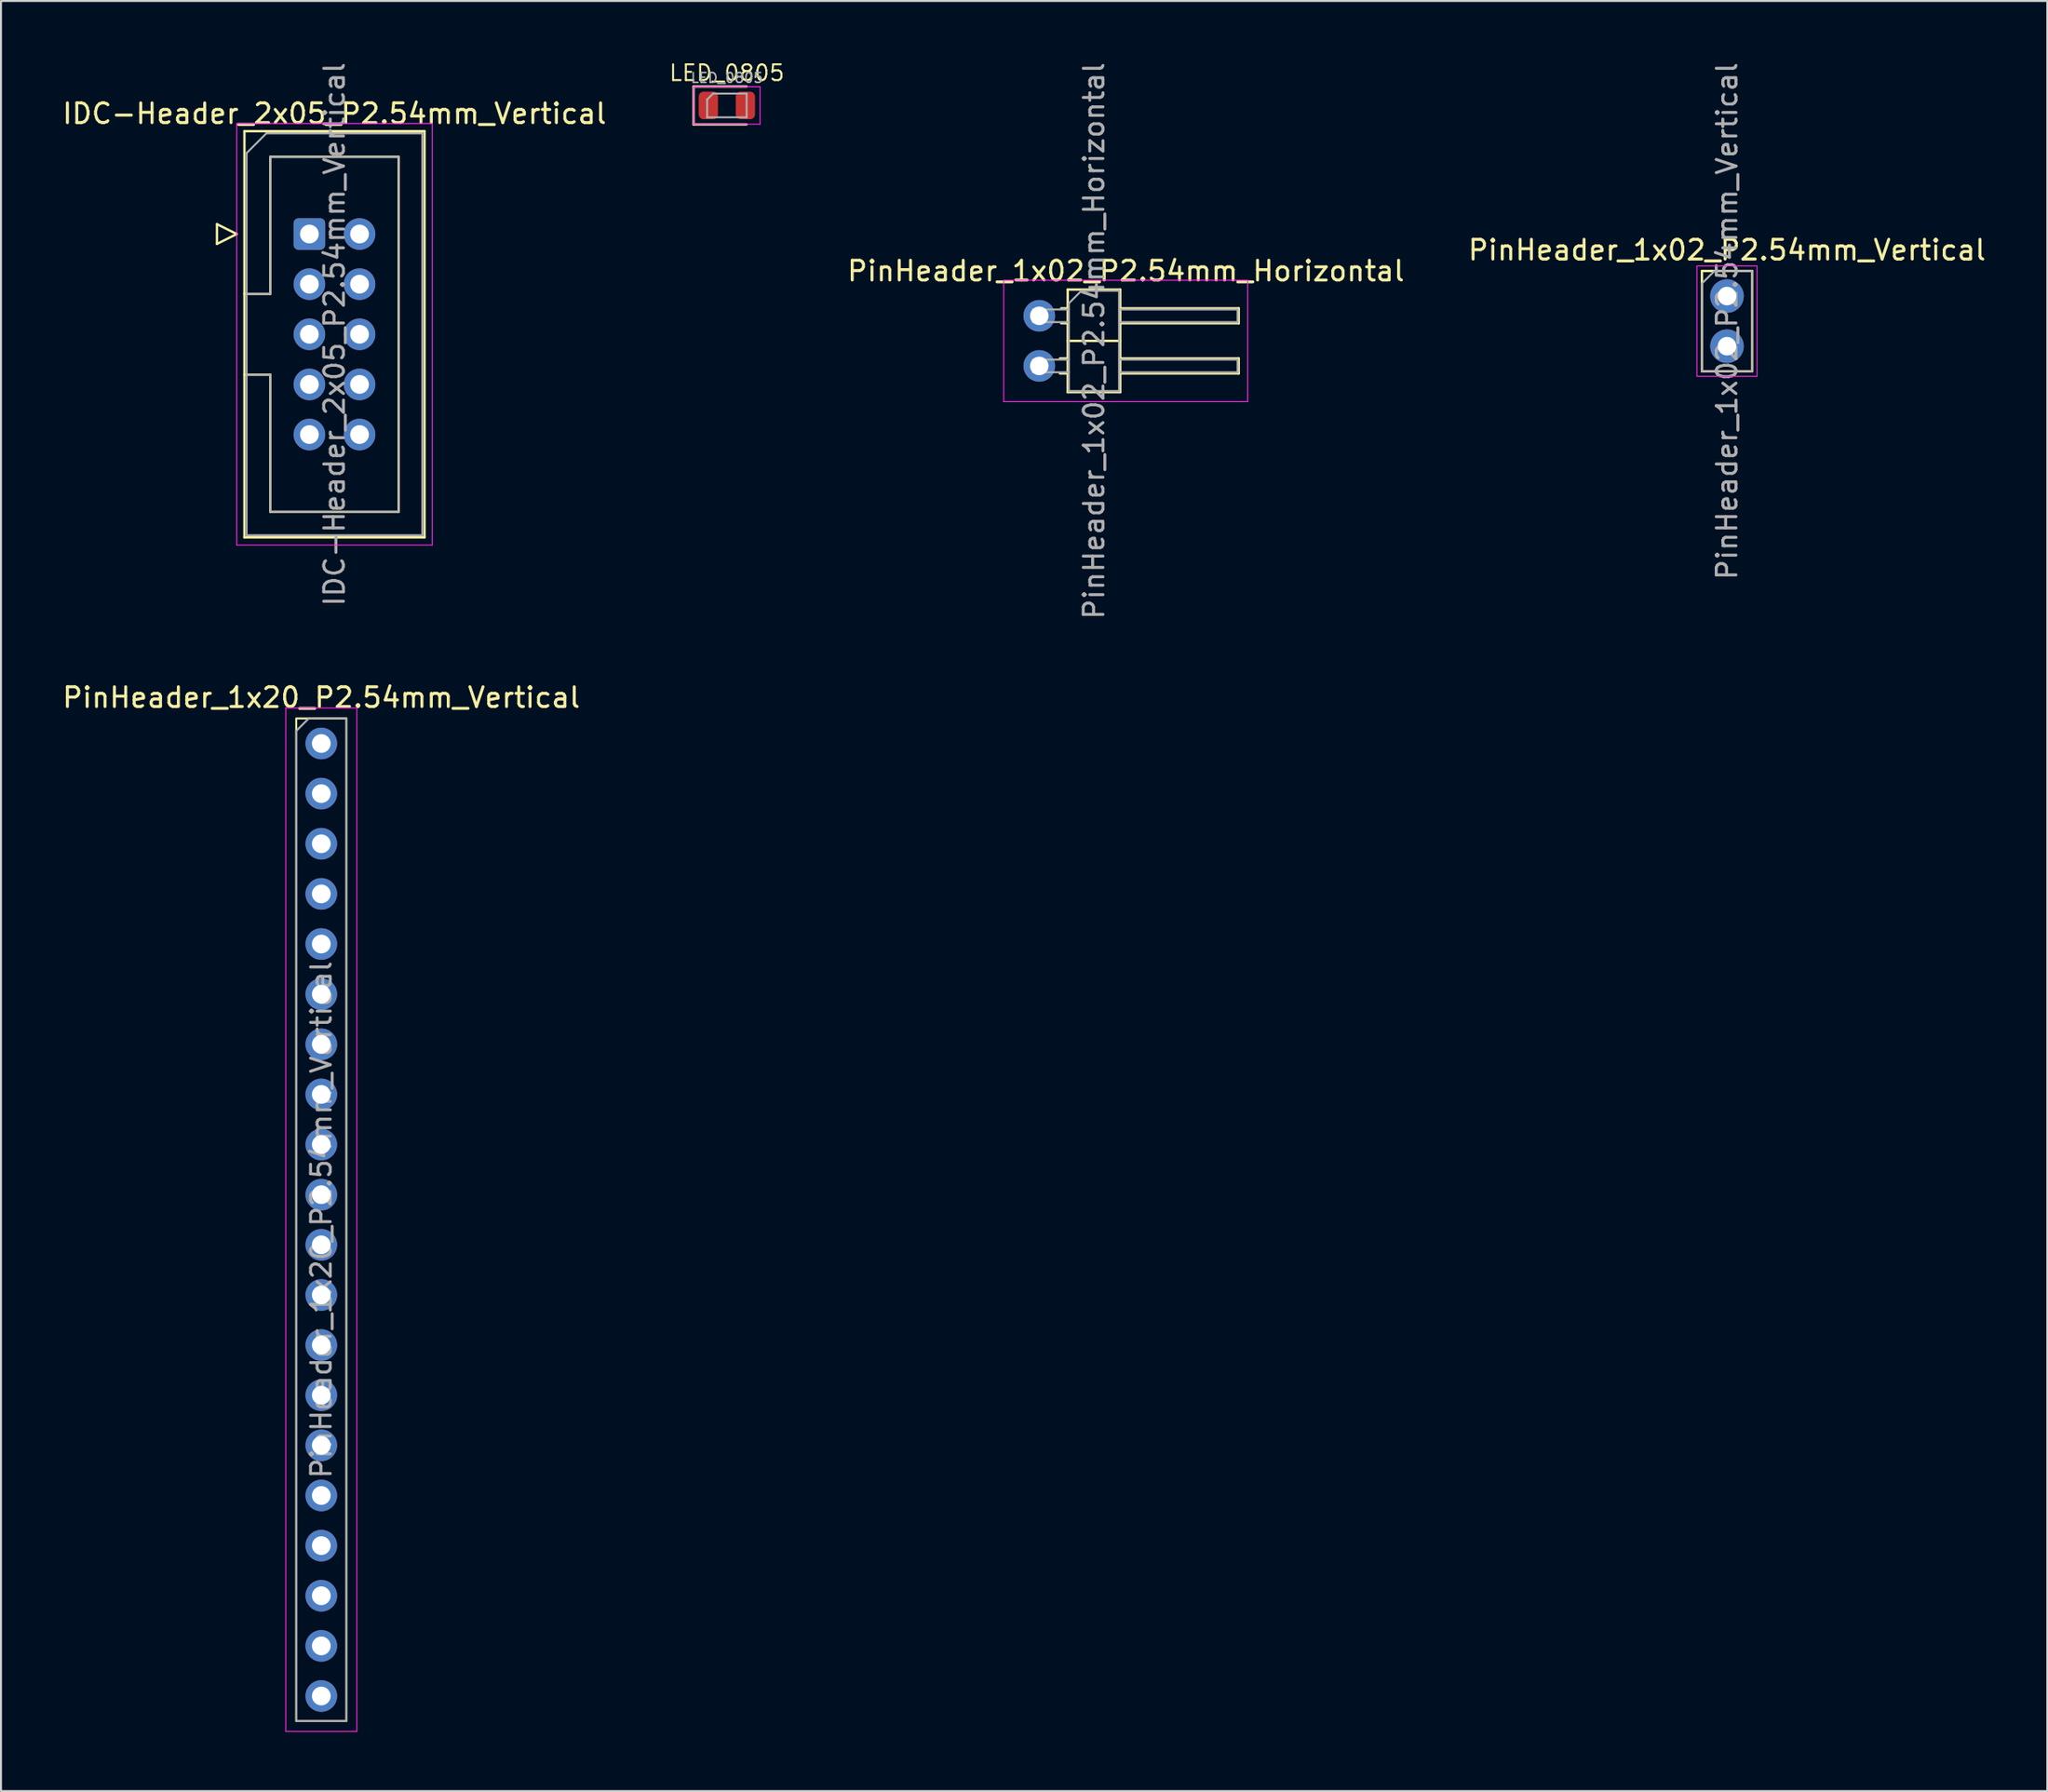
<source format=kicad_pcb>
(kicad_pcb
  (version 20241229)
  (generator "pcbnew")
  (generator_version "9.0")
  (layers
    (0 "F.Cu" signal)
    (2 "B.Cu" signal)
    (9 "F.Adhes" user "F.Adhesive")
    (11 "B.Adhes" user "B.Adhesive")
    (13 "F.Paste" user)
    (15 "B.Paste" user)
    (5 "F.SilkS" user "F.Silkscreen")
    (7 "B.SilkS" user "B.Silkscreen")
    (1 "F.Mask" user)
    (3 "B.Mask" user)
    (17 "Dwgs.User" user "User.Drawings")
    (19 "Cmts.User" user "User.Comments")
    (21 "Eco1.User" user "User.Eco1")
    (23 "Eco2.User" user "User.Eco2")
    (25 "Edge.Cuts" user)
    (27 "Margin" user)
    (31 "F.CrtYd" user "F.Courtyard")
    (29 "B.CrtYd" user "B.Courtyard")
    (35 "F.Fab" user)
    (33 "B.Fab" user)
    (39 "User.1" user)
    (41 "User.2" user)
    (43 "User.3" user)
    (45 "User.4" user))
  (footprint "IDC-Header_2x05_P2.54mm_Vertical"
    (layer "F.Cu")
    (at 12.617 8.807)
    (property "Reference" "IDC-Header_2x05_P2.54mm_Vertical" (at 1.27 -6.1 0) (layer "F.SilkS") (effects (font (size 1 1) (thickness 0.15))))
    (attr through_hole)
    (fp_line (start -4.68 -0.5) (end -4.68 0.5) (stroke (width 0.12) (type solid)) (layer "F.SilkS"))
    (fp_line (start -4.68 0.5) (end -3.68 0) (stroke (width 0.12) (type solid)) (layer "F.SilkS"))
    (fp_line (start -3.68 0) (end -4.68 -0.5) (stroke (width 0.12) (type solid)) (layer "F.SilkS"))
    (fp_line (start -3.29 -5.21) (end 5.83 -5.21) (stroke (width 0.12) (type solid)) (layer "F.SilkS"))
    (fp_line (start -3.29 3.03) (end -1.98 3.03) (stroke (width 0.12) (type solid)) (layer "F.SilkS"))
    (fp_line (start -3.29 15.37) (end -3.29 -5.21) (stroke (width 0.12) (type solid)) (layer "F.SilkS"))
    (fp_line (start -1.98 -3.91) (end 4.52 -3.91) (stroke (width 0.12) (type solid)) (layer "F.SilkS"))
    (fp_line (start -1.98 3.03) (end -1.98 -3.91) (stroke (width 0.12) (type solid)) (layer "F.SilkS"))
    (fp_line (start -1.98 7.13) (end -3.29 7.13) (stroke (width 0.12) (type solid)) (layer "F.SilkS"))
    (fp_line (start -1.98 7.13) (end -1.98 7.13) (stroke (width 0.12) (type solid)) (layer "F.SilkS"))
    (fp_line (start -1.98 14.07) (end -1.98 7.13) (stroke (width 0.12) (type solid)) (layer "F.SilkS"))
    (fp_line (start 4.52 -3.91) (end 4.52 14.07) (stroke (width 0.12) (type solid)) (layer "F.SilkS"))
    (fp_line (start 4.52 14.07) (end -1.98 14.07) (stroke (width 0.12) (type solid)) (layer "F.SilkS"))
    (fp_line (start 5.83 -5.21) (end 5.83 15.37) (stroke (width 0.12) (type solid)) (layer "F.SilkS"))
    (fp_line (start 5.83 15.37) (end -3.29 15.37) (stroke (width 0.12) (type solid)) (layer "F.SilkS"))
    (fp_line (start -3.68 -5.6) (end -3.68 15.76) (stroke (width 0.05) (type solid)) (layer "F.CrtYd"))
    (fp_line (start -3.68 15.76) (end 6.22 15.76) (stroke (width 0.05) (type solid)) (layer "F.CrtYd"))
    (fp_line (start 6.22 -5.6) (end -3.68 -5.6) (stroke (width 0.05) (type solid)) (layer "F.CrtYd"))
    (fp_line (start 6.22 15.76) (end 6.22 -5.6) (stroke (width 0.05) (type solid)) (layer "F.CrtYd"))
    (fp_line (start -3.18 -4.1) (end -2.18 -5.1) (stroke (width 0.1) (type solid)) (layer "F.Fab"))
    (fp_line (start -3.18 3.03) (end -1.98 3.03) (stroke (width 0.1) (type solid)) (layer "F.Fab"))
    (fp_line (start -3.18 15.26) (end -3.18 -4.1) (stroke (width 0.1) (type solid)) (layer "F.Fab"))
    (fp_line (start -2.18 -5.1) (end 5.72 -5.1) (stroke (width 0.1) (type solid)) (layer "F.Fab"))
    (fp_line (start -1.98 -3.91) (end 4.52 -3.91) (stroke (width 0.1) (type solid)) (layer "F.Fab"))
    (fp_line (start -1.98 3.03) (end -1.98 -3.91) (stroke (width 0.1) (type solid)) (layer "F.Fab"))
    (fp_line (start -1.98 7.13) (end -3.18 7.13) (stroke (width 0.1) (type solid)) (layer "F.Fab"))
    (fp_line (start -1.98 7.13) (end -1.98 7.13) (stroke (width 0.1) (type solid)) (layer "F.Fab"))
    (fp_line (start -1.98 14.07) (end -1.98 7.13) (stroke (width 0.1) (type solid)) (layer "F.Fab"))
    (fp_line (start 4.52 -3.91) (end 4.52 14.07) (stroke (width 0.1) (type solid)) (layer "F.Fab"))
    (fp_line (start 4.52 14.07) (end -1.98 14.07) (stroke (width 0.1) (type solid)) (layer "F.Fab"))
    (fp_line (start 5.72 -5.1) (end 5.72 15.26) (stroke (width 0.1) (type solid)) (layer "F.Fab"))
    (fp_line (start 5.72 15.26) (end -3.18 15.26) (stroke (width 0.1) (type solid)) (layer "F.Fab"))
    (fp_text user "${REFERENCE}" (at 1.27 5.08 90) (layer "F.Fab") (effects (font (size 1 1) (thickness 0.15))))
    (pad "1" thru_hole roundrect (at 0 0) (size 1.6 1.6) (drill 0.95) (layers "*.Cu" "*.Mask") (roundrect_rratio 0.156))
    (pad "2" thru_hole circle (at 2.54 0) (size 1.6 1.6) (drill 0.95) (layers "*.Cu" "*.Mask"))
    (pad "3" thru_hole circle (at 0 2.54) (size 1.6 1.6) (drill 0.95) (layers "*.Cu" "*.Mask"))
    (pad "4" thru_hole circle (at 2.54 2.54) (size 1.6 1.6) (drill 0.95) (layers "*.Cu" "*.Mask"))
    (pad "5" thru_hole circle (at 0 5.08) (size 1.6 1.6) (drill 0.95) (layers "*.Cu" "*.Mask"))
    (pad "6" thru_hole circle (at 2.54 5.08) (size 1.6 1.6) (drill 0.95) (layers "*.Cu" "*.Mask"))
    (pad "7" thru_hole circle (at 0 7.62) (size 1.6 1.6) (drill 0.95) (layers "*.Cu" "*.Mask"))
    (pad "8" thru_hole circle (at 2.54 7.62) (size 1.6 1.6) (drill 0.95) (layers "*.Cu" "*.Mask"))
    (pad "9" thru_hole circle (at 0 10.16) (size 1.6 1.6) (drill 0.95) (layers "*.Cu" "*.Mask"))
    (pad "10" thru_hole circle (at 2.54 10.16) (size 1.6 1.6) (drill 0.95) (layers "*.Cu" "*.Mask")))
  (footprint "PinHeader_1x02_P2.54mm_Horizontal"
    (layer "F.Cu")
    (at 49.578 12.95)
    (property "Reference" "PinHeader_1x02_P2.54mm_Horizontal" (at 4.385 -2.27 0) (layer "F.SilkS") (effects (font (size 1 1) (thickness 0.15))))
    (attr through_hole)
    (fp_line (start 1.043 2.16) (end 1.44 2.16) (stroke (width 0.12) (type solid)) (layer "F.SilkS"))
    (fp_line (start 1.043 2.92) (end 1.44 2.92) (stroke (width 0.12) (type solid)) (layer "F.SilkS"))
    (fp_line (start 1.11 -0.38) (end 1.44 -0.38) (stroke (width 0.12) (type solid)) (layer "F.SilkS"))
    (fp_line (start 1.11 0.38) (end 1.44 0.38) (stroke (width 0.12) (type solid)) (layer "F.SilkS"))
    (fp_line (start 1.44 -1.33) (end 1.44 3.87) (stroke (width 0.12) (type solid)) (layer "F.SilkS"))
    (fp_line (start 1.44 1.27) (end 4.1 1.27) (stroke (width 0.12) (type solid)) (layer "F.SilkS"))
    (fp_line (start 1.44 3.87) (end 4.1 3.87) (stroke (width 0.12) (type solid)) (layer "F.SilkS"))
    (fp_line (start 4.1 -1.33) (end 1.44 -1.33) (stroke (width 0.12) (type solid)) (layer "F.SilkS"))
    (fp_line (start 4.1 -0.38) (end 10.1 -0.38) (stroke (width 0.12) (type solid)) (layer "F.SilkS"))
    (fp_line (start 4.1 2.16) (end 10.1 2.16) (stroke (width 0.12) (type solid)) (layer "F.SilkS"))
    (fp_line (start 4.1 3.87) (end 4.1 -1.33) (stroke (width 0.12) (type solid)) (layer "F.SilkS"))
    (fp_line (start 10.1 -0.38) (end 10.1 0.38) (stroke (width 0.12) (type solid)) (layer "F.SilkS"))
    (fp_line (start 10.1 0.38) (end 4.1 0.38) (stroke (width 0.12) (type solid)) (layer "F.SilkS"))
    (fp_line (start 10.1 2.16) (end 10.1 2.92) (stroke (width 0.12) (type solid)) (layer "F.SilkS"))
    (fp_line (start 10.1 2.92) (end 4.1 2.92) (stroke (width 0.12) (type solid)) (layer "F.SilkS"))
    (fp_line (start -1.8 -1.8) (end -1.8 4.35) (stroke (width 0.05) (type solid)) (layer "F.CrtYd"))
    (fp_line (start -1.8 4.35) (end 10.55 4.35) (stroke (width 0.05) (type solid)) (layer "F.CrtYd"))
    (fp_line (start 10.55 -1.8) (end -1.8 -1.8) (stroke (width 0.05) (type solid)) (layer "F.CrtYd"))
    (fp_line (start 10.55 4.35) (end 10.55 -1.8) (stroke (width 0.05) (type solid)) (layer "F.CrtYd"))
    (fp_line (start -0.32 -0.32) (end -0.32 0.32) (stroke (width 0.1) (type solid)) (layer "F.Fab"))
    (fp_line (start -0.32 -0.32) (end 1.5 -0.32) (stroke (width 0.1) (type solid)) (layer "F.Fab"))
    (fp_line (start -0.32 0.32) (end 1.5 0.32) (stroke (width 0.1) (type solid)) (layer "F.Fab"))
    (fp_line (start -0.32 2.22) (end -0.32 2.86) (stroke (width 0.1) (type solid)) (layer "F.Fab"))
    (fp_line (start -0.32 2.22) (end 1.5 2.22) (stroke (width 0.1) (type solid)) (layer "F.Fab"))
    (fp_line (start -0.32 2.86) (end 1.5 2.86) (stroke (width 0.1) (type solid)) (layer "F.Fab"))
    (fp_line (start 1.5 -0.635) (end 2.135 -1.27) (stroke (width 0.1) (type solid)) (layer "F.Fab"))
    (fp_line (start 1.5 3.81) (end 1.5 -0.635) (stroke (width 0.1) (type solid)) (layer "F.Fab"))
    (fp_line (start 2.135 -1.27) (end 4.04 -1.27) (stroke (width 0.1) (type solid)) (layer "F.Fab"))
    (fp_line (start 4.04 -1.27) (end 4.04 3.81) (stroke (width 0.1) (type solid)) (layer "F.Fab"))
    (fp_line (start 4.04 -0.32) (end 10.04 -0.32) (stroke (width 0.1) (type solid)) (layer "F.Fab"))
    (fp_line (start 4.04 0.32) (end 10.04 0.32) (stroke (width 0.1) (type solid)) (layer "F.Fab"))
    (fp_line (start 4.04 2.22) (end 10.04 2.22) (stroke (width 0.1) (type solid)) (layer "F.Fab"))
    (fp_line (start 4.04 2.86) (end 10.04 2.86) (stroke (width 0.1) (type solid)) (layer "F.Fab"))
    (fp_line (start 4.04 3.81) (end 1.5 3.81) (stroke (width 0.1) (type solid)) (layer "F.Fab"))
    (fp_line (start 10.04 -0.32) (end 10.04 0.32) (stroke (width 0.1) (type solid)) (layer "F.Fab"))
    (fp_line (start 10.04 2.22) (end 10.04 2.86) (stroke (width 0.1) (type solid)) (layer "F.Fab"))
    (fp_text user "${REFERENCE}" (at 2.77 1.27 90) (layer "F.Fab") (effects (font (size 1 1) (thickness 0.15))))
    (pad "1" thru_hole circle (at 0 0) (size 1.6 1.6) (drill 0.94) (layers "*.Cu" "*.Mask"))
    (pad "2" thru_hole circle (at 0 2.54) (size 1.6 1.6) (drill 0.94) (layers "*.Cu" "*.Mask")))
  (footprint "PinHeader_1x20_P2.54mm_Vertical"
    (layer "F.Cu")
    (at 13.22 34.619)
    (property "Reference" "PinHeader_1x20_P2.54mm_Vertical" (at 0 -2.33 0) (layer "F.SilkS") (effects (font (size 1 1) (thickness 0.15))))
    (attr through_hole)
    (fp_rect (start -1.27 -1.27) (end 1.27 49.53) (stroke (width 0.1) (type default)) (fill no) (layer "F.SilkS"))
    (fp_line (start -1.8 -1.8) (end -1.8 50.05) (stroke (width 0.05) (type solid)) (layer "F.CrtYd"))
    (fp_line (start -1.8 50.05) (end 1.8 50.05) (stroke (width 0.05) (type solid)) (layer "F.CrtYd"))
    (fp_line (start 1.8 -1.8) (end -1.8 -1.8) (stroke (width 0.05) (type solid)) (layer "F.CrtYd"))
    (fp_line (start 1.8 50.05) (end 1.8 -1.8) (stroke (width 0.05) (type solid)) (layer "F.CrtYd"))
    (fp_line (start -1.27 -0.635) (end -0.635 -1.27) (stroke (width 0.1) (type solid)) (layer "F.Fab"))
    (fp_line (start -1.27 49.53) (end -1.27 -0.635) (stroke (width 0.1) (type solid)) (layer "F.Fab"))
    (fp_line (start -0.635 -1.27) (end 1.27 -1.27) (stroke (width 0.1) (type solid)) (layer "F.Fab"))
    (fp_line (start 1.27 -1.27) (end 1.27 49.53) (stroke (width 0.1) (type solid)) (layer "F.Fab"))
    (fp_line (start 1.27 49.53) (end -1.27 49.53) (stroke (width 0.1) (type solid)) (layer "F.Fab"))
    (fp_text user "${REFERENCE}" (at 0 24.13 90) (layer "F.Fab") (effects (font (size 1 1) (thickness 0.15))))
    (pad "1" thru_hole circle (at 0 0) (size 1.6 1.6) (drill 0.95) (layers "*.Cu" "*.Mask"))
    (pad "2" thru_hole circle (at 0 2.54) (size 1.6 1.6) (drill 0.95) (layers "*.Cu" "*.Mask"))
    (pad "3" thru_hole circle (at 0 5.08) (size 1.6 1.6) (drill 0.95) (layers "*.Cu" "*.Mask"))
    (pad "4" thru_hole circle (at 0 7.62) (size 1.6 1.6) (drill 0.95) (layers "*.Cu" "*.Mask"))
    (pad "5" thru_hole circle (at 0 10.16) (size 1.6 1.6) (drill 0.95) (layers "*.Cu" "*.Mask"))
    (pad "6" thru_hole circle (at 0 12.7) (size 1.6 1.6) (drill 0.95) (layers "*.Cu" "*.Mask"))
    (pad "7" thru_hole circle (at 0 15.24) (size 1.6 1.6) (drill 0.95) (layers "*.Cu" "*.Mask"))
    (pad "8" thru_hole circle (at 0 17.78) (size 1.6 1.6) (drill 0.95) (layers "*.Cu" "*.Mask"))
    (pad "9" thru_hole circle (at 0 20.32) (size 1.6 1.6) (drill 0.95) (layers "*.Cu" "*.Mask"))
    (pad "10" thru_hole circle (at 0 22.86) (size 1.6 1.6) (drill 0.95) (layers "*.Cu" "*.Mask"))
    (pad "11" thru_hole circle (at 0 25.4) (size 1.6 1.6) (drill 0.95) (layers "*.Cu" "*.Mask"))
    (pad "12" thru_hole circle (at 0 27.94) (size 1.6 1.6) (drill 0.95) (layers "*.Cu" "*.Mask"))
    (pad "13" thru_hole circle (at 0 30.48) (size 1.6 1.6) (drill 0.95) (layers "*.Cu" "*.Mask"))
    (pad "14" thru_hole circle (at 0 33.02) (size 1.6 1.6) (drill 0.95) (layers "*.Cu" "*.Mask"))
    (pad "15" thru_hole circle (at 0 35.56) (size 1.6 1.6) (drill 0.95) (layers "*.Cu" "*.Mask"))
    (pad "16" thru_hole circle (at 0 38.1) (size 1.6 1.6) (drill 0.95) (layers "*.Cu" "*.Mask"))
    (pad "17" thru_hole circle (at 0 40.64) (size 1.6 1.6) (drill 0.95) (layers "*.Cu" "*.Mask"))
    (pad "18" thru_hole circle (at 0 43.18) (size 1.6 1.6) (drill 0.95) (layers "*.Cu" "*.Mask"))
    (pad "19" thru_hole circle (at 0 45.72) (size 1.6 1.6) (drill 0.95) (layers "*.Cu" "*.Mask"))
    (pad "20" thru_hole circle (at 0 48.26) (size 1.6 1.6) (drill 0.95) (layers "*.Cu" "*.Mask")))
  (footprint "LED_0805"
    (layer "F.Cu")
    (at 33.758 2.293)
    (property "Reference" "LED_0805" (at 0 -1.65 0) (unlocked yes) (layer "F.SilkS") (effects (font (size 0.8 0.8) (thickness 0.1))))
    (attr smd)
    (fp_line (start -1.685 -0.96) (end -1.685 0.96) (stroke (width 0.12) (type solid)) (layer "F.SilkS"))
    (fp_line (start -1.685 0.96) (end 1 0.96) (stroke (width 0.12) (type solid)) (layer "F.SilkS"))
    (fp_line (start 1 -0.96) (end -1.685 -0.96) (stroke (width 0.12) (type solid)) (layer "F.SilkS"))
    (fp_line (start -1.68 -0.95) (end 1.68 -0.95) (stroke (width 0.05) (type solid)) (layer "F.CrtYd"))
    (fp_line (start -1.68 0.95) (end -1.68 -0.95) (stroke (width 0.05) (type solid)) (layer "F.CrtYd"))
    (fp_line (start 1.68 -0.95) (end 1.68 0.95) (stroke (width 0.05) (type solid)) (layer "F.CrtYd"))
    (fp_line (start 1.68 0.95) (end -1.68 0.95) (stroke (width 0.05) (type solid)) (layer "F.CrtYd"))
    (fp_line (start -1 -0.3) (end -1 0.6) (stroke (width 0.1) (type solid)) (layer "F.Fab"))
    (fp_line (start -1 0.6) (end 1 0.6) (stroke (width 0.1) (type solid)) (layer "F.Fab"))
    (fp_line (start -0.7 -0.6) (end -1 -0.3) (stroke (width 0.1) (type solid)) (layer "F.Fab"))
    (fp_line (start 1 -0.6) (end -0.7 -0.6) (stroke (width 0.1) (type solid)) (layer "F.Fab"))
    (fp_line (start 1 0.6) (end 1 -0.6) (stroke (width 0.1) (type solid)) (layer "F.Fab"))
    (fp_text user "${REFERENCE}" (at 0 -1.397 0) (layer "F.Fab") (effects (font (size 0.5 0.5) (thickness 0.08))))
    (pad "1" smd roundrect (at -0.938 0) (size 0.975 1.4) (layers "F.Cu" "F.Mask" "F.Paste") (roundrect_rratio 0.25))
    (pad "2" smd roundrect (at 0.938 0) (size 0.975 1.4) (layers "F.Cu" "F.Mask" "F.Paste") (roundrect_rratio 0.25)))
  (footprint "PinHeader_1x02_P2.54mm_Vertical"
    (layer "F.Cu")
    (at 84.403 11.95)
    (property "Reference" "PinHeader_1x02_P2.54mm_Vertical" (at 0 -2.33 0) (layer "F.SilkS") (effects (font (size 1 1) (thickness 0.15))))
    (attr through_hole)
    (fp_line (start -1.27 -1.27) (end -1.27 3.81) (stroke (width 0.12) (type solid)) (layer "F.SilkS"))
    (fp_line (start -1.27 -1.27) (end 1.27 -1.27) (stroke (width 0.12) (type solid)) (layer "F.SilkS"))
    (fp_line (start -1.27 3.81) (end 1.27 3.81) (stroke (width 0.12) (type solid)) (layer "F.SilkS"))
    (fp_line (start 1.27 -1.27) (end 1.27 3.81) (stroke (width 0.12) (type solid)) (layer "F.SilkS"))
    (fp_line (start -1.524 -1.524) (end -1.524 4.064) (stroke (width 0.05) (type solid)) (layer "F.CrtYd"))
    (fp_line (start -1.524 4.064) (end 1.524 4.064) (stroke (width 0.05) (type solid)) (layer "F.CrtYd"))
    (fp_line (start 1.524 -1.524) (end -1.524 -1.524) (stroke (width 0.05) (type solid)) (layer "F.CrtYd"))
    (fp_line (start 1.524 4.064) (end 1.524 -1.524) (stroke (width 0.05) (type solid)) (layer "F.CrtYd"))
    (fp_line (start -1.27 -0.635) (end -0.635 -1.27) (stroke (width 0.1) (type solid)) (layer "F.Fab"))
    (fp_line (start -1.27 3.81) (end -1.27 -0.635) (stroke (width 0.1) (type solid)) (layer "F.Fab"))
    (fp_line (start -0.635 -1.27) (end 1.27 -1.27) (stroke (width 0.1) (type solid)) (layer "F.Fab"))
    (fp_line (start 1.27 -1.27) (end 1.27 3.81) (stroke (width 0.1) (type solid)) (layer "F.Fab"))
    (fp_line (start 1.27 3.81) (end -1.27 3.81) (stroke (width 0.1) (type solid)) (layer "F.Fab"))
    (fp_text user "${REFERENCE}" (at 0 1.27 90) (layer "F.Fab") (effects (font (size 1 1) (thickness 0.15))))
    (pad "1" thru_hole circle (at 0 0) (size 1.7 1.7) (drill 0.94) (layers "*.Cu" "*.Mask"))
    (pad "2" thru_hole circle (at 0 2.54) (size 1.7 1.7) (drill 0.94) (layers "*.Cu" "*.Mask")))
  (gr_rect
    (start -3 -3)
    (end 100.623 87.694)
    (stroke (width 0.1) (type default))
    (fill no)
    (layer "Edge.Cuts")))
</source>
